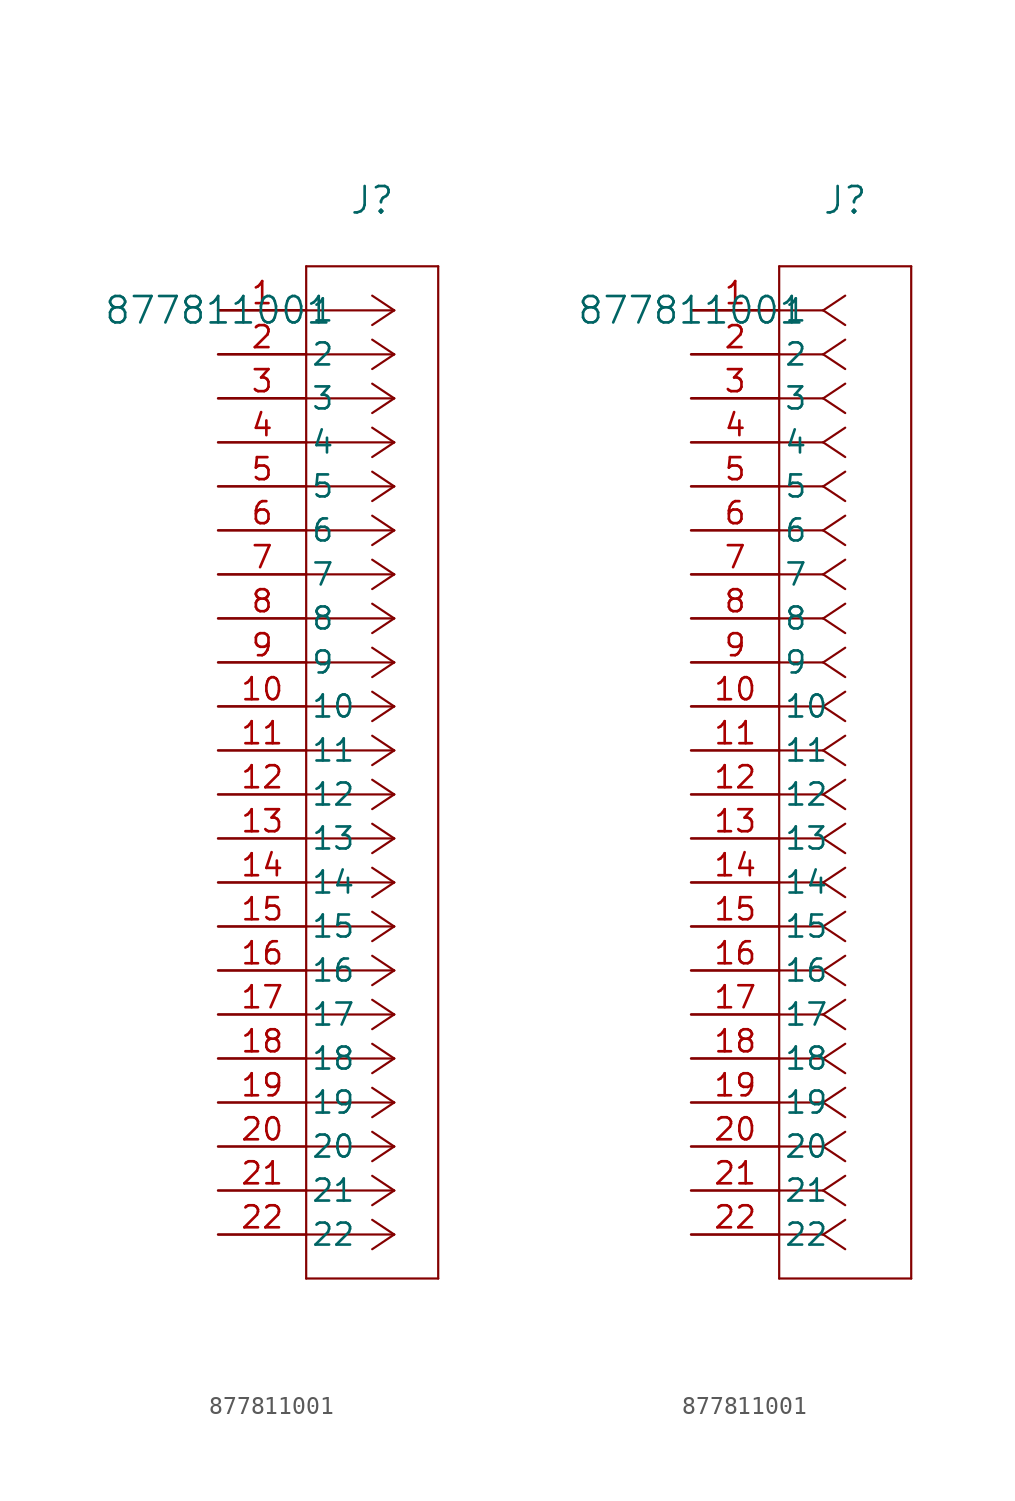
<source format=kicad_sym>
(kicad_symbol_lib
  (version 20211014)
  (generator kicad_symbol_editor)
  (symbol "877811001"
    (pin_names
      (offset 0.254))
    (property "Reference" "J"
      (at 8.89 6.35 0)
      (effects (font (size 1.524 1.524))))
    (property "Value" "877811001"
      (at 0 0 0)
      (effects (font (size 1.524 1.524))))
    (symbol "877811001_1_1"
      (polyline (pts (xy 10.16 0) (xy 5.08 0)) (stroke (width 0.127) (type default) (color 0 0 0 0)) (fill (type none)))
      (polyline (pts (xy 10.16 -2.54) (xy 5.08 -2.54)) (stroke (width 0.127) (type default) (color 0 0 0 0)) (fill (type none)))
      (polyline (pts (xy 10.16 -5.08) (xy 5.08 -5.08)) (stroke (width 0.127) (type default) (color 0 0 0 0)) (fill (type none)))
      (polyline (pts (xy 10.16 -7.62) (xy 5.08 -7.62)) (stroke (width 0.127) (type default) (color 0 0 0 0)) (fill (type none)))
      (polyline (pts (xy 10.16 -10.16) (xy 5.08 -10.16)) (stroke (width 0.127) (type default) (color 0 0 0 0)) (fill (type none)))
      (polyline (pts (xy 10.16 -12.7) (xy 5.08 -12.7)) (stroke (width 0.127) (type default) (color 0 0 0 0)) (fill (type none)))
      (polyline (pts (xy 10.16 -15.24) (xy 5.08 -15.24)) (stroke (width 0.127) (type default) (color 0 0 0 0)) (fill (type none)))
      (polyline (pts (xy 10.16 -17.78) (xy 5.08 -17.78)) (stroke (width 0.127) (type default) (color 0 0 0 0)) (fill (type none)))
      (polyline (pts (xy 10.16 -20.32) (xy 5.08 -20.32)) (stroke (width 0.127) (type default) (color 0 0 0 0)) (fill (type none)))
      (polyline (pts (xy 10.16 -22.86) (xy 5.08 -22.86)) (stroke (width 0.127) (type default) (color 0 0 0 0)) (fill (type none)))
      (polyline (pts (xy 10.16 -25.4) (xy 5.08 -25.4)) (stroke (width 0.127) (type default) (color 0 0 0 0)) (fill (type none)))
      (polyline (pts (xy 10.16 -27.94) (xy 5.08 -27.94)) (stroke (width 0.127) (type default) (color 0 0 0 0)) (fill (type none)))
      (polyline (pts (xy 10.16 -30.48) (xy 5.08 -30.48)) (stroke (width 0.127) (type default) (color 0 0 0 0)) (fill (type none)))
      (polyline (pts (xy 10.16 -33.02) (xy 5.08 -33.02)) (stroke (width 0.127) (type default) (color 0 0 0 0)) (fill (type none)))
      (polyline (pts (xy 10.16 -35.56) (xy 5.08 -35.56)) (stroke (width 0.127) (type default) (color 0 0 0 0)) (fill (type none)))
      (polyline (pts (xy 10.16 -38.1) (xy 5.08 -38.1)) (stroke (width 0.127) (type default) (color 0 0 0 0)) (fill (type none)))
      (polyline (pts (xy 10.16 -40.64) (xy 5.08 -40.64)) (stroke (width 0.127) (type default) (color 0 0 0 0)) (fill (type none)))
      (polyline (pts (xy 10.16 -43.18) (xy 5.08 -43.18)) (stroke (width 0.127) (type default) (color 0 0 0 0)) (fill (type none)))
      (polyline (pts (xy 10.16 -45.72) (xy 5.08 -45.72)) (stroke (width 0.127) (type default) (color 0 0 0 0)) (fill (type none)))
      (polyline (pts (xy 10.16 -48.26) (xy 5.08 -48.26)) (stroke (width 0.127) (type default) (color 0 0 0 0)) (fill (type none)))
      (polyline (pts (xy 10.16 -50.8) (xy 5.08 -50.8)) (stroke (width 0.127) (type default) (color 0 0 0 0)) (fill (type none)))
      (polyline (pts (xy 10.16 -53.34) (xy 5.08 -53.34)) (stroke (width 0.127) (type default) (color 0 0 0 0)) (fill (type none)))
      (polyline (pts (xy 10.16 0) (xy 8.89 0.847)) (stroke (width 0.127) (type default) (color 0 0 0 0)) (fill (type none)))
      (polyline (pts (xy 10.16 -2.54) (xy 8.89 -1.693)) (stroke (width 0.127) (type default) (color 0 0 0 0)) (fill (type none)))
      (polyline (pts (xy 10.16 -5.08) (xy 8.89 -4.233)) (stroke (width 0.127) (type default) (color 0 0 0 0)) (fill (type none)))
      (polyline (pts (xy 10.16 -7.62) (xy 8.89 -6.773)) (stroke (width 0.127) (type default) (color 0 0 0 0)) (fill (type none)))
      (polyline (pts (xy 10.16 -10.16) (xy 8.89 -9.313)) (stroke (width 0.127) (type default) (color 0 0 0 0)) (fill (type none)))
      (polyline (pts (xy 10.16 -12.7) (xy 8.89 -11.853)) (stroke (width 0.127) (type default) (color 0 0 0 0)) (fill (type none)))
      (polyline (pts (xy 10.16 -15.24) (xy 8.89 -14.393)) (stroke (width 0.127) (type default) (color 0 0 0 0)) (fill (type none)))
      (polyline (pts (xy 10.16 -17.78) (xy 8.89 -16.933)) (stroke (width 0.127) (type default) (color 0 0 0 0)) (fill (type none)))
      (polyline (pts (xy 10.16 -20.32) (xy 8.89 -19.473)) (stroke (width 0.127) (type default) (color 0 0 0 0)) (fill (type none)))
      (polyline (pts (xy 10.16 -22.86) (xy 8.89 -22.013)) (stroke (width 0.127) (type default) (color 0 0 0 0)) (fill (type none)))
      (polyline (pts (xy 10.16 -25.4) (xy 8.89 -24.553)) (stroke (width 0.127) (type default) (color 0 0 0 0)) (fill (type none)))
      (polyline (pts (xy 10.16 -27.94) (xy 8.89 -27.093)) (stroke (width 0.127) (type default) (color 0 0 0 0)) (fill (type none)))
      (polyline (pts (xy 10.16 -30.48) (xy 8.89 -29.633)) (stroke (width 0.127) (type default) (color 0 0 0 0)) (fill (type none)))
      (polyline (pts (xy 10.16 -33.02) (xy 8.89 -32.173)) (stroke (width 0.127) (type default) (color 0 0 0 0)) (fill (type none)))
      (polyline (pts (xy 10.16 -35.56) (xy 8.89 -34.713)) (stroke (width 0.127) (type default) (color 0 0 0 0)) (fill (type none)))
      (polyline (pts (xy 10.16 -38.1) (xy 8.89 -37.253)) (stroke (width 0.127) (type default) (color 0 0 0 0)) (fill (type none)))
      (polyline (pts (xy 10.16 -40.64) (xy 8.89 -39.793)) (stroke (width 0.127) (type default) (color 0 0 0 0)) (fill (type none)))
      (polyline (pts (xy 10.16 -43.18) (xy 8.89 -42.333)) (stroke (width 0.127) (type default) (color 0 0 0 0)) (fill (type none)))
      (polyline (pts (xy 10.16 -45.72) (xy 8.89 -44.873)) (stroke (width 0.127) (type default) (color 0 0 0 0)) (fill (type none)))
      (polyline (pts (xy 10.16 -48.26) (xy 8.89 -47.413)) (stroke (width 0.127) (type default) (color 0 0 0 0)) (fill (type none)))
      (polyline (pts (xy 10.16 -50.8) (xy 8.89 -49.953)) (stroke (width 0.127) (type default) (color 0 0 0 0)) (fill (type none)))
      (polyline (pts (xy 10.16 -53.34) (xy 8.89 -52.493)) (stroke (width 0.127) (type default) (color 0 0 0 0)) (fill (type none)))
      (polyline (pts (xy 10.16 0) (xy 8.89 -0.847)) (stroke (width 0.127) (type default) (color 0 0 0 0)) (fill (type none)))
      (polyline (pts (xy 10.16 -2.54) (xy 8.89 -3.387)) (stroke (width 0.127) (type default) (color 0 0 0 0)) (fill (type none)))
      (polyline (pts (xy 10.16 -5.08) (xy 8.89 -5.927)) (stroke (width 0.127) (type default) (color 0 0 0 0)) (fill (type none)))
      (polyline (pts (xy 10.16 -7.62) (xy 8.89 -8.467)) (stroke (width 0.127) (type default) (color 0 0 0 0)) (fill (type none)))
      (polyline (pts (xy 10.16 -10.16) (xy 8.89 -11.007)) (stroke (width 0.127) (type default) (color 0 0 0 0)) (fill (type none)))
      (polyline (pts (xy 10.16 -12.7) (xy 8.89 -13.547)) (stroke (width 0.127) (type default) (color 0 0 0 0)) (fill (type none)))
      (polyline (pts (xy 10.16 -15.24) (xy 8.89 -16.087)) (stroke (width 0.127) (type default) (color 0 0 0 0)) (fill (type none)))
      (polyline (pts (xy 10.16 -17.78) (xy 8.89 -18.627)) (stroke (width 0.127) (type default) (color 0 0 0 0)) (fill (type none)))
      (polyline (pts (xy 10.16 -20.32) (xy 8.89 -21.167)) (stroke (width 0.127) (type default) (color 0 0 0 0)) (fill (type none)))
      (polyline (pts (xy 10.16 -22.86) (xy 8.89 -23.707)) (stroke (width 0.127) (type default) (color 0 0 0 0)) (fill (type none)))
      (polyline (pts (xy 10.16 -25.4) (xy 8.89 -26.247)) (stroke (width 0.127) (type default) (color 0 0 0 0)) (fill (type none)))
      (polyline (pts (xy 10.16 -27.94) (xy 8.89 -28.787)) (stroke (width 0.127) (type default) (color 0 0 0 0)) (fill (type none)))
      (polyline (pts (xy 10.16 -30.48) (xy 8.89 -31.327)) (stroke (width 0.127) (type default) (color 0 0 0 0)) (fill (type none)))
      (polyline (pts (xy 10.16 -33.02) (xy 8.89 -33.867)) (stroke (width 0.127) (type default) (color 0 0 0 0)) (fill (type none)))
      (polyline (pts (xy 10.16 -35.56) (xy 8.89 -36.407)) (stroke (width 0.127) (type default) (color 0 0 0 0)) (fill (type none)))
      (polyline (pts (xy 10.16 -38.1) (xy 8.89 -38.947)) (stroke (width 0.127) (type default) (color 0 0 0 0)) (fill (type none)))
      (polyline (pts (xy 10.16 -40.64) (xy 8.89 -41.487)) (stroke (width 0.127) (type default) (color 0 0 0 0)) (fill (type none)))
      (polyline (pts (xy 10.16 -43.18) (xy 8.89 -44.027)) (stroke (width 0.127) (type default) (color 0 0 0 0)) (fill (type none)))
      (polyline (pts (xy 10.16 -45.72) (xy 8.89 -46.567)) (stroke (width 0.127) (type default) (color 0 0 0 0)) (fill (type none)))
      (polyline (pts (xy 10.16 -48.26) (xy 8.89 -49.107)) (stroke (width 0.127) (type default) (color 0 0 0 0)) (fill (type none)))
      (polyline (pts (xy 10.16 -50.8) (xy 8.89 -51.647)) (stroke (width 0.127) (type default) (color 0 0 0 0)) (fill (type none)))
      (polyline (pts (xy 10.16 -53.34) (xy 8.89 -54.187)) (stroke (width 0.127) (type default) (color 0 0 0 0)) (fill (type none)))
      (polyline (pts (xy 5.08 2.54) (xy 5.08 -55.88)) (stroke (width 0.127) (type default) (color 0 0 0 0)) (fill (type none)))
      (polyline (pts (xy 5.08 -55.88) (xy 12.7 -55.88)) (stroke (width 0.127) (type default) (color 0 0 0 0)) (fill (type none)))
      (polyline (pts (xy 12.7 -55.88) (xy 12.7 2.54)) (stroke (width 0.127) (type default) (color 0 0 0 0)) (fill (type none)))
      (polyline (pts (xy 12.7 2.54) (xy 5.08 2.54)) (stroke (width 0.127) (type default) (color 0 0 0 0)) (fill (type none)))
      (pin unspecified line (at 0 0 0) (length 5.08) (name "1" (effects (font (size 1.27 1.27)))) (number "1" (effects (font (size 1.27 1.27)))))
      (pin unspecified line (at 0 -2.54 0) (length 5.08) (name "2" (effects (font (size 1.27 1.27)))) (number "2" (effects (font (size 1.27 1.27)))))
      (pin unspecified line (at 0 -5.08 0) (length 5.08) (name "3" (effects (font (size 1.27 1.27)))) (number "3" (effects (font (size 1.27 1.27)))))
      (pin unspecified line (at 0 -7.62 0) (length 5.08) (name "4" (effects (font (size 1.27 1.27)))) (number "4" (effects (font (size 1.27 1.27)))))
      (pin unspecified line (at 0 -10.16 0) (length 5.08) (name "5" (effects (font (size 1.27 1.27)))) (number "5" (effects (font (size 1.27 1.27)))))
      (pin unspecified line (at 0 -12.7 0) (length 5.08) (name "6" (effects (font (size 1.27 1.27)))) (number "6" (effects (font (size 1.27 1.27)))))
      (pin unspecified line (at 0 -15.24 0) (length 5.08) (name "7" (effects (font (size 1.27 1.27)))) (number "7" (effects (font (size 1.27 1.27)))))
      (pin unspecified line (at 0 -17.78 0) (length 5.08) (name "8" (effects (font (size 1.27 1.27)))) (number "8" (effects (font (size 1.27 1.27)))))
      (pin unspecified line (at 0 -20.32 0) (length 5.08) (name "9" (effects (font (size 1.27 1.27)))) (number "9" (effects (font (size 1.27 1.27)))))
      (pin unspecified line (at 0 -22.86 0) (length 5.08) (name "10" (effects (font (size 1.27 1.27)))) (number "10" (effects (font (size 1.27 1.27)))))
      (pin unspecified line (at 0 -25.4 0) (length 5.08) (name "11" (effects (font (size 1.27 1.27)))) (number "11" (effects (font (size 1.27 1.27)))))
      (pin unspecified line (at 0 -27.94 0) (length 5.08) (name "12" (effects (font (size 1.27 1.27)))) (number "12" (effects (font (size 1.27 1.27)))))
      (pin unspecified line (at 0 -30.48 0) (length 5.08) (name "13" (effects (font (size 1.27 1.27)))) (number "13" (effects (font (size 1.27 1.27)))))
      (pin unspecified line (at 0 -33.02 0) (length 5.08) (name "14" (effects (font (size 1.27 1.27)))) (number "14" (effects (font (size 1.27 1.27)))))
      (pin unspecified line (at 0 -35.56 0) (length 5.08) (name "15" (effects (font (size 1.27 1.27)))) (number "15" (effects (font (size 1.27 1.27)))))
      (pin unspecified line (at 0 -38.1 0) (length 5.08) (name "16" (effects (font (size 1.27 1.27)))) (number "16" (effects (font (size 1.27 1.27)))))
      (pin unspecified line (at 0 -40.64 0) (length 5.08) (name "17" (effects (font (size 1.27 1.27)))) (number "17" (effects (font (size 1.27 1.27)))))
      (pin unspecified line (at 0 -43.18 0) (length 5.08) (name "18" (effects (font (size 1.27 1.27)))) (number "18" (effects (font (size 1.27 1.27)))))
      (pin unspecified line (at 0 -45.72 0) (length 5.08) (name "19" (effects (font (size 1.27 1.27)))) (number "19" (effects (font (size 1.27 1.27)))))
      (pin unspecified line (at 0 -48.26 0) (length 5.08) (name "20" (effects (font (size 1.27 1.27)))) (number "20" (effects (font (size 1.27 1.27)))))
      (pin unspecified line (at 0 -50.8 0) (length 5.08) (name "21" (effects (font (size 1.27 1.27)))) (number "21" (effects (font (size 1.27 1.27)))))
      (pin unspecified line (at 0 -53.34 0) (length 5.08) (name "22" (effects (font (size 1.27 1.27)))) (number "22" (effects (font (size 1.27 1.27))))))
    (symbol "877811001_1_2"
      (polyline (pts (xy 7.62 0) (xy 5.08 0)) (stroke (width 0.127) (type default) (color 0 0 0 0)) (fill (type none)))
      (polyline (pts (xy 7.62 -2.54) (xy 5.08 -2.54)) (stroke (width 0.127) (type default) (color 0 0 0 0)) (fill (type none)))
      (polyline (pts (xy 7.62 -5.08) (xy 5.08 -5.08)) (stroke (width 0.127) (type default) (color 0 0 0 0)) (fill (type none)))
      (polyline (pts (xy 7.62 -7.62) (xy 5.08 -7.62)) (stroke (width 0.127) (type default) (color 0 0 0 0)) (fill (type none)))
      (polyline (pts (xy 7.62 -10.16) (xy 5.08 -10.16)) (stroke (width 0.127) (type default) (color 0 0 0 0)) (fill (type none)))
      (polyline (pts (xy 7.62 -12.7) (xy 5.08 -12.7)) (stroke (width 0.127) (type default) (color 0 0 0 0)) (fill (type none)))
      (polyline (pts (xy 7.62 -15.24) (xy 5.08 -15.24)) (stroke (width 0.127) (type default) (color 0 0 0 0)) (fill (type none)))
      (polyline (pts (xy 7.62 -17.78) (xy 5.08 -17.78)) (stroke (width 0.127) (type default) (color 0 0 0 0)) (fill (type none)))
      (polyline (pts (xy 7.62 -20.32) (xy 5.08 -20.32)) (stroke (width 0.127) (type default) (color 0 0 0 0)) (fill (type none)))
      (polyline (pts (xy 7.62 -22.86) (xy 5.08 -22.86)) (stroke (width 0.127) (type default) (color 0 0 0 0)) (fill (type none)))
      (polyline (pts (xy 7.62 -25.4) (xy 5.08 -25.4)) (stroke (width 0.127) (type default) (color 0 0 0 0)) (fill (type none)))
      (polyline (pts (xy 7.62 -27.94) (xy 5.08 -27.94)) (stroke (width 0.127) (type default) (color 0 0 0 0)) (fill (type none)))
      (polyline (pts (xy 7.62 -30.48) (xy 5.08 -30.48)) (stroke (width 0.127) (type default) (color 0 0 0 0)) (fill (type none)))
      (polyline (pts (xy 7.62 -33.02) (xy 5.08 -33.02)) (stroke (width 0.127) (type default) (color 0 0 0 0)) (fill (type none)))
      (polyline (pts (xy 7.62 -35.56) (xy 5.08 -35.56)) (stroke (width 0.127) (type default) (color 0 0 0 0)) (fill (type none)))
      (polyline (pts (xy 7.62 -38.1) (xy 5.08 -38.1)) (stroke (width 0.127) (type default) (color 0 0 0 0)) (fill (type none)))
      (polyline (pts (xy 7.62 -40.64) (xy 5.08 -40.64)) (stroke (width 0.127) (type default) (color 0 0 0 0)) (fill (type none)))
      (polyline (pts (xy 7.62 -43.18) (xy 5.08 -43.18)) (stroke (width 0.127) (type default) (color 0 0 0 0)) (fill (type none)))
      (polyline (pts (xy 7.62 -45.72) (xy 5.08 -45.72)) (stroke (width 0.127) (type default) (color 0 0 0 0)) (fill (type none)))
      (polyline (pts (xy 7.62 -48.26) (xy 5.08 -48.26)) (stroke (width 0.127) (type default) (color 0 0 0 0)) (fill (type none)))
      (polyline (pts (xy 7.62 -50.8) (xy 5.08 -50.8)) (stroke (width 0.127) (type default) (color 0 0 0 0)) (fill (type none)))
      (polyline (pts (xy 7.62 -53.34) (xy 5.08 -53.34)) (stroke (width 0.127) (type default) (color 0 0 0 0)) (fill (type none)))
      (polyline (pts (xy 7.62 0) (xy 8.89 0.847)) (stroke (width 0.127) (type default) (color 0 0 0 0)) (fill (type none)))
      (polyline (pts (xy 7.62 -2.54) (xy 8.89 -1.693)) (stroke (width 0.127) (type default) (color 0 0 0 0)) (fill (type none)))
      (polyline (pts (xy 7.62 -5.08) (xy 8.89 -4.233)) (stroke (width 0.127) (type default) (color 0 0 0 0)) (fill (type none)))
      (polyline (pts (xy 7.62 -7.62) (xy 8.89 -6.773)) (stroke (width 0.127) (type default) (color 0 0 0 0)) (fill (type none)))
      (polyline (pts (xy 7.62 -10.16) (xy 8.89 -9.313)) (stroke (width 0.127) (type default) (color 0 0 0 0)) (fill (type none)))
      (polyline (pts (xy 7.62 -12.7) (xy 8.89 -11.853)) (stroke (width 0.127) (type default) (color 0 0 0 0)) (fill (type none)))
      (polyline (pts (xy 7.62 -15.24) (xy 8.89 -14.393)) (stroke (width 0.127) (type default) (color 0 0 0 0)) (fill (type none)))
      (polyline (pts (xy 7.62 -17.78) (xy 8.89 -16.933)) (stroke (width 0.127) (type default) (color 0 0 0 0)) (fill (type none)))
      (polyline (pts (xy 7.62 -20.32) (xy 8.89 -19.473)) (stroke (width 0.127) (type default) (color 0 0 0 0)) (fill (type none)))
      (polyline (pts (xy 7.62 -22.86) (xy 8.89 -22.013)) (stroke (width 0.127) (type default) (color 0 0 0 0)) (fill (type none)))
      (polyline (pts (xy 7.62 -25.4) (xy 8.89 -24.553)) (stroke (width 0.127) (type default) (color 0 0 0 0)) (fill (type none)))
      (polyline (pts (xy 7.62 -27.94) (xy 8.89 -27.093)) (stroke (width 0.127) (type default) (color 0 0 0 0)) (fill (type none)))
      (polyline (pts (xy 7.62 -30.48) (xy 8.89 -29.633)) (stroke (width 0.127) (type default) (color 0 0 0 0)) (fill (type none)))
      (polyline (pts (xy 7.62 -33.02) (xy 8.89 -32.173)) (stroke (width 0.127) (type default) (color 0 0 0 0)) (fill (type none)))
      (polyline (pts (xy 7.62 -35.56) (xy 8.89 -34.713)) (stroke (width 0.127) (type default) (color 0 0 0 0)) (fill (type none)))
      (polyline (pts (xy 7.62 -38.1) (xy 8.89 -37.253)) (stroke (width 0.127) (type default) (color 0 0 0 0)) (fill (type none)))
      (polyline (pts (xy 7.62 -40.64) (xy 8.89 -39.793)) (stroke (width 0.127) (type default) (color 0 0 0 0)) (fill (type none)))
      (polyline (pts (xy 7.62 -43.18) (xy 8.89 -42.333)) (stroke (width 0.127) (type default) (color 0 0 0 0)) (fill (type none)))
      (polyline (pts (xy 7.62 -45.72) (xy 8.89 -44.873)) (stroke (width 0.127) (type default) (color 0 0 0 0)) (fill (type none)))
      (polyline (pts (xy 7.62 -48.26) (xy 8.89 -47.413)) (stroke (width 0.127) (type default) (color 0 0 0 0)) (fill (type none)))
      (polyline (pts (xy 7.62 -50.8) (xy 8.89 -49.953)) (stroke (width 0.127) (type default) (color 0 0 0 0)) (fill (type none)))
      (polyline (pts (xy 7.62 -53.34) (xy 8.89 -52.493)) (stroke (width 0.127) (type default) (color 0 0 0 0)) (fill (type none)))
      (polyline (pts (xy 7.62 0) (xy 8.89 -0.847)) (stroke (width 0.127) (type default) (color 0 0 0 0)) (fill (type none)))
      (polyline (pts (xy 7.62 -2.54) (xy 8.89 -3.387)) (stroke (width 0.127) (type default) (color 0 0 0 0)) (fill (type none)))
      (polyline (pts (xy 7.62 -5.08) (xy 8.89 -5.927)) (stroke (width 0.127) (type default) (color 0 0 0 0)) (fill (type none)))
      (polyline (pts (xy 7.62 -7.62) (xy 8.89 -8.467)) (stroke (width 0.127) (type default) (color 0 0 0 0)) (fill (type none)))
      (polyline (pts (xy 7.62 -10.16) (xy 8.89 -11.007)) (stroke (width 0.127) (type default) (color 0 0 0 0)) (fill (type none)))
      (polyline (pts (xy 7.62 -12.7) (xy 8.89 -13.547)) (stroke (width 0.127) (type default) (color 0 0 0 0)) (fill (type none)))
      (polyline (pts (xy 7.62 -15.24) (xy 8.89 -16.087)) (stroke (width 0.127) (type default) (color 0 0 0 0)) (fill (type none)))
      (polyline (pts (xy 7.62 -17.78) (xy 8.89 -18.627)) (stroke (width 0.127) (type default) (color 0 0 0 0)) (fill (type none)))
      (polyline (pts (xy 7.62 -20.32) (xy 8.89 -21.167)) (stroke (width 0.127) (type default) (color 0 0 0 0)) (fill (type none)))
      (polyline (pts (xy 7.62 -22.86) (xy 8.89 -23.707)) (stroke (width 0.127) (type default) (color 0 0 0 0)) (fill (type none)))
      (polyline (pts (xy 7.62 -25.4) (xy 8.89 -26.247)) (stroke (width 0.127) (type default) (color 0 0 0 0)) (fill (type none)))
      (polyline (pts (xy 7.62 -27.94) (xy 8.89 -28.787)) (stroke (width 0.127) (type default) (color 0 0 0 0)) (fill (type none)))
      (polyline (pts (xy 7.62 -30.48) (xy 8.89 -31.327)) (stroke (width 0.127) (type default) (color 0 0 0 0)) (fill (type none)))
      (polyline (pts (xy 7.62 -33.02) (xy 8.89 -33.867)) (stroke (width 0.127) (type default) (color 0 0 0 0)) (fill (type none)))
      (polyline (pts (xy 7.62 -35.56) (xy 8.89 -36.407)) (stroke (width 0.127) (type default) (color 0 0 0 0)) (fill (type none)))
      (polyline (pts (xy 7.62 -38.1) (xy 8.89 -38.947)) (stroke (width 0.127) (type default) (color 0 0 0 0)) (fill (type none)))
      (polyline (pts (xy 7.62 -40.64) (xy 8.89 -41.487)) (stroke (width 0.127) (type default) (color 0 0 0 0)) (fill (type none)))
      (polyline (pts (xy 7.62 -43.18) (xy 8.89 -44.027)) (stroke (width 0.127) (type default) (color 0 0 0 0)) (fill (type none)))
      (polyline (pts (xy 7.62 -45.72) (xy 8.89 -46.567)) (stroke (width 0.127) (type default) (color 0 0 0 0)) (fill (type none)))
      (polyline (pts (xy 7.62 -48.26) (xy 8.89 -49.107)) (stroke (width 0.127) (type default) (color 0 0 0 0)) (fill (type none)))
      (polyline (pts (xy 7.62 -50.8) (xy 8.89 -51.647)) (stroke (width 0.127) (type default) (color 0 0 0 0)) (fill (type none)))
      (polyline (pts (xy 7.62 -53.34) (xy 8.89 -54.187)) (stroke (width 0.127) (type default) (color 0 0 0 0)) (fill (type none)))
      (polyline (pts (xy 5.08 2.54) (xy 5.08 -55.88)) (stroke (width 0.127) (type default) (color 0 0 0 0)) (fill (type none)))
      (polyline (pts (xy 5.08 -55.88) (xy 12.7 -55.88)) (stroke (width 0.127) (type default) (color 0 0 0 0)) (fill (type none)))
      (polyline (pts (xy 12.7 -55.88) (xy 12.7 2.54)) (stroke (width 0.127) (type default) (color 0 0 0 0)) (fill (type none)))
      (polyline (pts (xy 12.7 2.54) (xy 5.08 2.54)) (stroke (width 0.127) (type default) (color 0 0 0 0)) (fill (type none)))
      (pin unspecified line (at 0 0 0) (length 5.08) (name "1" (effects (font (size 1.27 1.27)))) (number "1" (effects (font (size 1.27 1.27)))))
      (pin unspecified line (at 0 -2.54 0) (length 5.08) (name "2" (effects (font (size 1.27 1.27)))) (number "2" (effects (font (size 1.27 1.27)))))
      (pin unspecified line (at 0 -5.08 0) (length 5.08) (name "3" (effects (font (size 1.27 1.27)))) (number "3" (effects (font (size 1.27 1.27)))))
      (pin unspecified line (at 0 -7.62 0) (length 5.08) (name "4" (effects (font (size 1.27 1.27)))) (number "4" (effects (font (size 1.27 1.27)))))
      (pin unspecified line (at 0 -10.16 0) (length 5.08) (name "5" (effects (font (size 1.27 1.27)))) (number "5" (effects (font (size 1.27 1.27)))))
      (pin unspecified line (at 0 -12.7 0) (length 5.08) (name "6" (effects (font (size 1.27 1.27)))) (number "6" (effects (font (size 1.27 1.27)))))
      (pin unspecified line (at 0 -15.24 0) (length 5.08) (name "7" (effects (font (size 1.27 1.27)))) (number "7" (effects (font (size 1.27 1.27)))))
      (pin unspecified line (at 0 -17.78 0) (length 5.08) (name "8" (effects (font (size 1.27 1.27)))) (number "8" (effects (font (size 1.27 1.27)))))
      (pin unspecified line (at 0 -20.32 0) (length 5.08) (name "9" (effects (font (size 1.27 1.27)))) (number "9" (effects (font (size 1.27 1.27)))))
      (pin unspecified line (at 0 -22.86 0) (length 5.08) (name "10" (effects (font (size 1.27 1.27)))) (number "10" (effects (font (size 1.27 1.27)))))
      (pin unspecified line (at 0 -25.4 0) (length 5.08) (name "11" (effects (font (size 1.27 1.27)))) (number "11" (effects (font (size 1.27 1.27)))))
      (pin unspecified line (at 0 -27.94 0) (length 5.08) (name "12" (effects (font (size 1.27 1.27)))) (number "12" (effects (font (size 1.27 1.27)))))
      (pin unspecified line (at 0 -30.48 0) (length 5.08) (name "13" (effects (font (size 1.27 1.27)))) (number "13" (effects (font (size 1.27 1.27)))))
      (pin unspecified line (at 0 -33.02 0) (length 5.08) (name "14" (effects (font (size 1.27 1.27)))) (number "14" (effects (font (size 1.27 1.27)))))
      (pin unspecified line (at 0 -35.56 0) (length 5.08) (name "15" (effects (font (size 1.27 1.27)))) (number "15" (effects (font (size 1.27 1.27)))))
      (pin unspecified line (at 0 -38.1 0) (length 5.08) (name "16" (effects (font (size 1.27 1.27)))) (number "16" (effects (font (size 1.27 1.27)))))
      (pin unspecified line (at 0 -40.64 0) (length 5.08) (name "17" (effects (font (size 1.27 1.27)))) (number "17" (effects (font (size 1.27 1.27)))))
      (pin unspecified line (at 0 -43.18 0) (length 5.08) (name "18" (effects (font (size 1.27 1.27)))) (number "18" (effects (font (size 1.27 1.27)))))
      (pin unspecified line (at 0 -45.72 0) (length 5.08) (name "19" (effects (font (size 1.27 1.27)))) (number "19" (effects (font (size 1.27 1.27)))))
      (pin unspecified line (at 0 -48.26 0) (length 5.08) (name "20" (effects (font (size 1.27 1.27)))) (number "20" (effects (font (size 1.27 1.27)))))
      (pin unspecified line (at 0 -50.8 0) (length 5.08) (name "21" (effects (font (size 1.27 1.27)))) (number "21" (effects (font (size 1.27 1.27)))))
      (pin unspecified line (at 0 -53.34 0) (length 5.08) (name "22" (effects (font (size 1.27 1.27)))) (number "22" (effects (font (size 1.27 1.27))))))))
</source>
